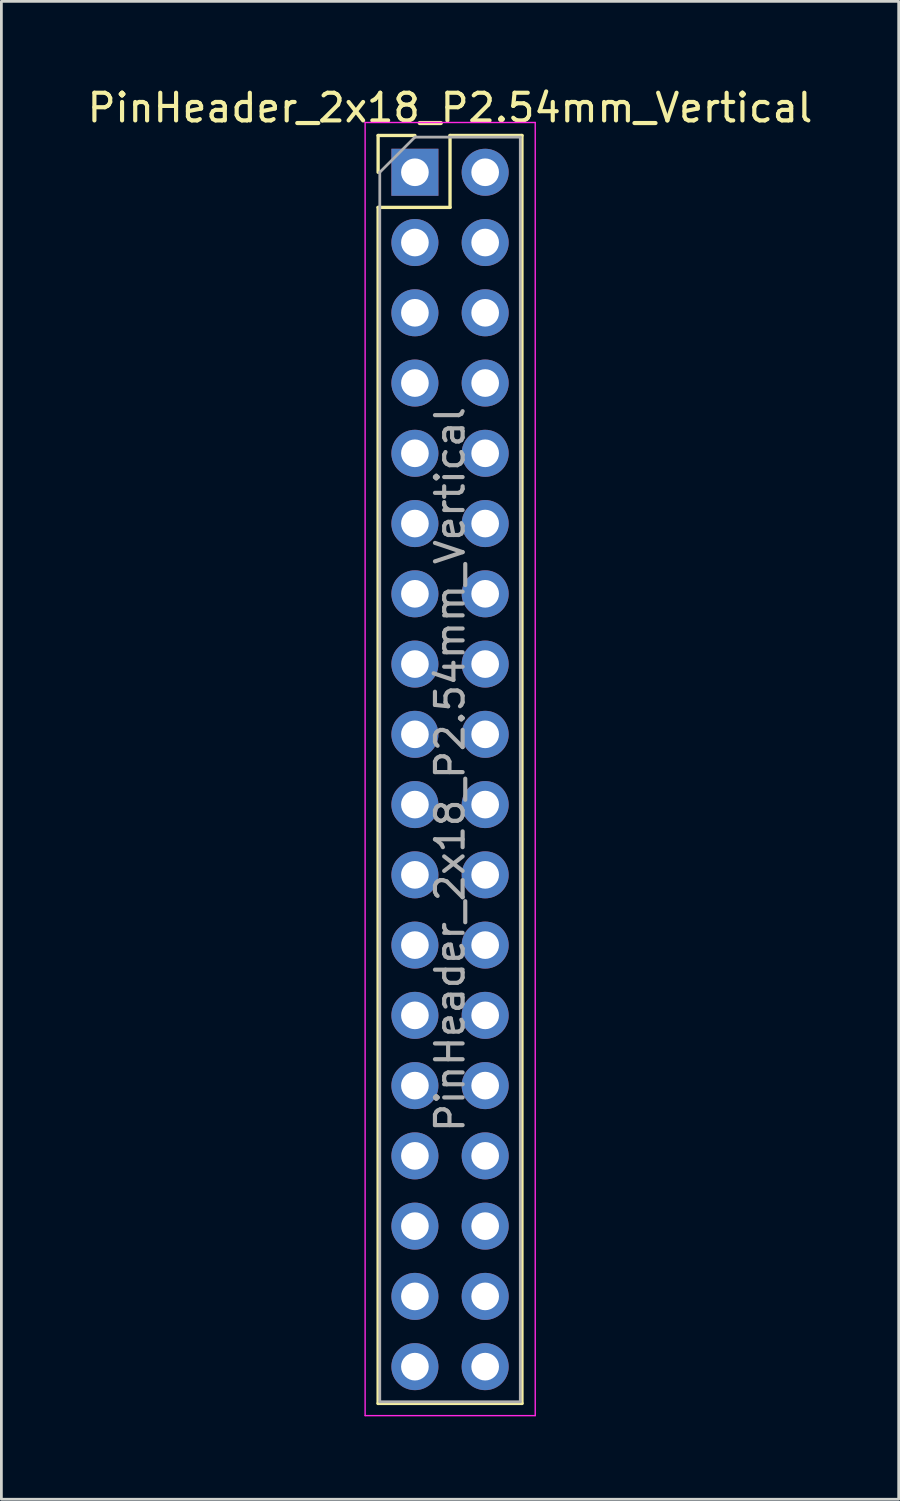
<source format=kicad_pcb>
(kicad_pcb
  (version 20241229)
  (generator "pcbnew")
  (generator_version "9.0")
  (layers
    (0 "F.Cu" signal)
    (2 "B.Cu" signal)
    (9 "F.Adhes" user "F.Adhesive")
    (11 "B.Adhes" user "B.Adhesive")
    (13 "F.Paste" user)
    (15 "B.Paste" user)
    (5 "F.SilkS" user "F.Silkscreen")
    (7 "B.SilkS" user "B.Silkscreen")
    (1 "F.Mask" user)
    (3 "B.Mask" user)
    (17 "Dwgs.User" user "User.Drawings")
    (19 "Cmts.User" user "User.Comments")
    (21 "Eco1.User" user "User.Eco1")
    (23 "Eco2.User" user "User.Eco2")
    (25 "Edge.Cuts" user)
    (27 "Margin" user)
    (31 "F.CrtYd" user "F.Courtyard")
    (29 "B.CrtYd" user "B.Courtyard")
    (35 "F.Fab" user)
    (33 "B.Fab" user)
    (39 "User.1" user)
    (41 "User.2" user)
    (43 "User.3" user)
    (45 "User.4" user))
  (footprint "PinHeader_2x18_P2.54mm_Vertical"
    (layer "F.Cu")
    (at 11.95 3.178)
    (property "Reference" "PinHeader_2x18_P2.54mm_Vertical" (at 1.27 -2.33 0) (layer "F.SilkS") (effects (font (size 1 1) (thickness 0.15))))
    (attr through_hole)
    (fp_line (start -1.33 -1.33) (end 0 -1.33) (stroke (width 0.12) (type solid)) (layer "F.SilkS"))
    (fp_line (start -1.33 0) (end -1.33 -1.33) (stroke (width 0.12) (type solid)) (layer "F.SilkS"))
    (fp_line (start -1.33 1.27) (end -1.33 44.51) (stroke (width 0.12) (type solid)) (layer "F.SilkS"))
    (fp_line (start -1.33 1.27) (end 1.27 1.27) (stroke (width 0.12) (type solid)) (layer "F.SilkS"))
    (fp_line (start -1.33 44.51) (end 3.87 44.51) (stroke (width 0.12) (type solid)) (layer "F.SilkS"))
    (fp_line (start 1.27 -1.33) (end 3.87 -1.33) (stroke (width 0.12) (type solid)) (layer "F.SilkS"))
    (fp_line (start 1.27 1.27) (end 1.27 -1.33) (stroke (width 0.12) (type solid)) (layer "F.SilkS"))
    (fp_line (start 3.87 -1.33) (end 3.87 44.51) (stroke (width 0.12) (type solid)) (layer "F.SilkS"))
    (fp_line (start -1.8 -1.8) (end -1.8 44.95) (stroke (width 0.05) (type solid)) (layer "F.CrtYd"))
    (fp_line (start -1.8 44.95) (end 4.35 44.95) (stroke (width 0.05) (type solid)) (layer "F.CrtYd"))
    (fp_line (start 4.35 -1.8) (end -1.8 -1.8) (stroke (width 0.05) (type solid)) (layer "F.CrtYd"))
    (fp_line (start 4.35 44.95) (end 4.35 -1.8) (stroke (width 0.05) (type solid)) (layer "F.CrtYd"))
    (fp_line (start -1.27 0) (end 0 -1.27) (stroke (width 0.1) (type solid)) (layer "F.Fab"))
    (fp_line (start -1.27 44.45) (end -1.27 0) (stroke (width 0.1) (type solid)) (layer "F.Fab"))
    (fp_line (start 0 -1.27) (end 3.81 -1.27) (stroke (width 0.1) (type solid)) (layer "F.Fab"))
    (fp_line (start 3.81 -1.27) (end 3.81 44.45) (stroke (width 0.1) (type solid)) (layer "F.Fab"))
    (fp_line (start 3.81 44.45) (end -1.27 44.45) (stroke (width 0.1) (type solid)) (layer "F.Fab"))
    (fp_text user "${REFERENCE}" (at 1.27 21.59 90) (layer "F.Fab") (effects (font (size 1 1) (thickness 0.15))))
    (pad "20" thru_hole rect (at 0 0) (size 1.7 1.7) (drill 1) (layers "*.Cu" "*.Mask"))
    (pad "21" thru_hole oval (at 2.54 0) (size 1.7 1.7) (drill 1) (layers "*.Cu" "*.Mask"))
    (pad "22" thru_hole oval (at 0 2.54) (size 1.7 1.7) (drill 1) (layers "*.Cu" "*.Mask"))
    (pad "23" thru_hole oval (at 2.54 2.54) (size 1.7 1.7) (drill 1) (layers "*.Cu" "*.Mask"))
    (pad "24" thru_hole oval (at 0 5.08) (size 1.7 1.7) (drill 1) (layers "*.Cu" "*.Mask"))
    (pad "25" thru_hole oval (at 2.54 5.08) (size 1.7 1.7) (drill 1) (layers "*.Cu" "*.Mask"))
    (pad "26" thru_hole oval (at 0 7.62) (size 1.7 1.7) (drill 1) (layers "*.Cu" "*.Mask"))
    (pad "27" thru_hole oval (at 2.54 7.62) (size 1.7 1.7) (drill 1) (layers "*.Cu" "*.Mask"))
    (pad "28" thru_hole oval (at 0 10.16) (size 1.7 1.7) (drill 1) (layers "*.Cu" "*.Mask"))
    (pad "29" thru_hole oval (at 2.54 10.16) (size 1.7 1.7) (drill 1) (layers "*.Cu" "*.Mask"))
    (pad "30" thru_hole oval (at 0 12.7) (size 1.7 1.7) (drill 1) (layers "*.Cu" "*.Mask"))
    (pad "31" thru_hole oval (at 2.54 12.7) (size 1.7 1.7) (drill 1) (layers "*.Cu" "*.Mask"))
    (pad "32" thru_hole oval (at 0 15.24) (size 1.7 1.7) (drill 1) (layers "*.Cu" "*.Mask"))
    (pad "33" thru_hole oval (at 2.54 15.24) (size 1.7 1.7) (drill 1) (layers "*.Cu" "*.Mask"))
    (pad "34" thru_hole oval (at 0 17.78) (size 1.7 1.7) (drill 1) (layers "*.Cu" "*.Mask"))
    (pad "35" thru_hole oval (at 2.54 17.78) (size 1.7 1.7) (drill 1) (layers "*.Cu" "*.Mask"))
    (pad "36" thru_hole oval (at 0 20.32) (size 1.7 1.7) (drill 1) (layers "*.Cu" "*.Mask"))
    (pad "37" thru_hole oval (at 2.54 20.32) (size 1.7 1.7) (drill 1) (layers "*.Cu" "*.Mask"))
    (pad "38" thru_hole oval (at 0 22.86) (size 1.7 1.7) (drill 1) (layers "*.Cu" "*.Mask"))
    (pad "39" thru_hole oval (at 2.54 22.86) (size 1.7 1.7) (drill 1) (layers "*.Cu" "*.Mask"))
    (pad "40" thru_hole oval (at 0 25.4) (size 1.7 1.7) (drill 1) (layers "*.Cu" "*.Mask"))
    (pad "41" thru_hole oval (at 2.54 25.4) (size 1.7 1.7) (drill 1) (layers "*.Cu" "*.Mask"))
    (pad "42" thru_hole oval (at 0 27.94) (size 1.7 1.7) (drill 1) (layers "*.Cu" "*.Mask"))
    (pad "43" thru_hole oval (at 2.54 27.94) (size 1.7 1.7) (drill 1) (layers "*.Cu" "*.Mask"))
    (pad "44" thru_hole oval (at 0 30.48) (size 1.7 1.7) (drill 1) (layers "*.Cu" "*.Mask"))
    (pad "45" thru_hole oval (at 2.54 30.48) (size 1.7 1.7) (drill 1) (layers "*.Cu" "*.Mask"))
    (pad "46" thru_hole oval (at 0 33.02) (size 1.7 1.7) (drill 1) (layers "*.Cu" "*.Mask"))
    (pad "47" thru_hole oval (at 2.54 33.02) (size 1.7 1.7) (drill 1) (layers "*.Cu" "*.Mask"))
    (pad "48" thru_hole oval (at 0 35.56) (size 1.7 1.7) (drill 1) (layers "*.Cu" "*.Mask"))
    (pad "49" thru_hole oval (at 2.54 35.56) (size 1.7 1.7) (drill 1) (layers "*.Cu" "*.Mask"))
    (pad "50" thru_hole oval (at 0 38.1) (size 1.7 1.7) (drill 1) (layers "*.Cu" "*.Mask"))
    (pad "51" thru_hole oval (at 2.54 38.1) (size 1.7 1.7) (drill 1) (layers "*.Cu" "*.Mask"))
    (pad "52" thru_hole oval (at 0 40.64) (size 1.7 1.7) (drill 1) (layers "*.Cu" "*.Mask"))
    (pad "53" thru_hole oval (at 2.54 40.64) (size 1.7 1.7) (drill 1) (layers "*.Cu" "*.Mask"))
    (pad "54" thru_hole oval (at 0 43.18) (size 1.7 1.7) (drill 1) (layers "*.Cu" "*.Mask"))
    (pad "55" thru_hole oval (at 2.54 43.18) (size 1.7 1.7) (drill 1) (layers "*.Cu" "*.Mask")))
  (gr_rect
    (start -3 -3)
    (end 29.44 51.153)
    (stroke (width 0.1) (type default))
    (fill no)
    (layer "Edge.Cuts")))
</source>
